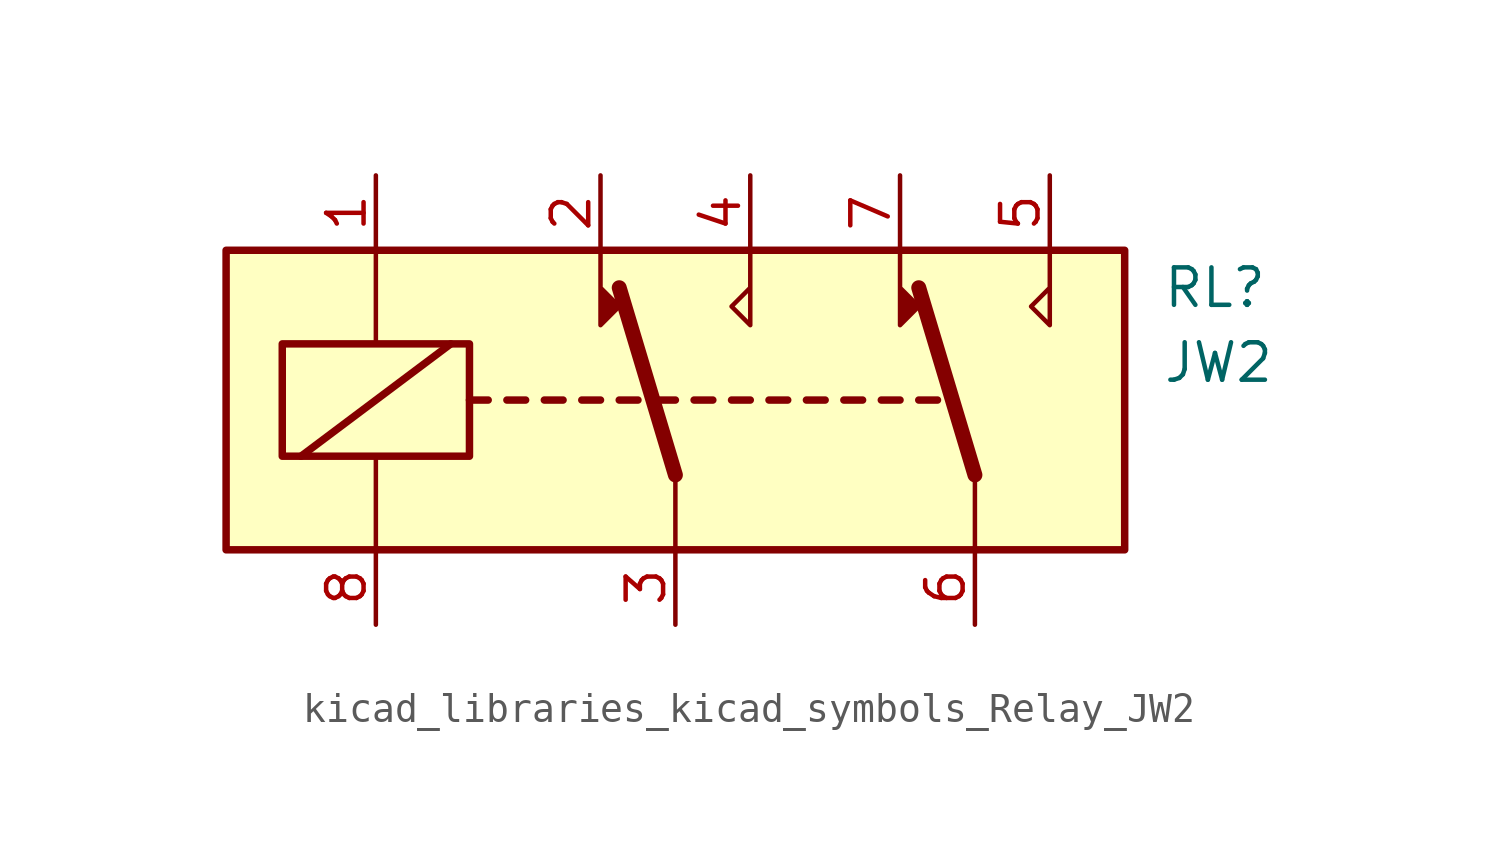
<source format=kicad_sym>
(kicad_symbol_lib
  (version 20220914)
  (generator kicad_symbol_editor)
  (symbol "kicad_libraries_kicad_symbols_Relay_JW2"
    (property "Reference" "RL"
      (at 16.51 3.81 0)
      (effects (font (size 1.27 1.27)) (justify left)))
    (property "Value" "JW2"
      (at 16.51 1.27 0)
      (effects (font (size 1.27 1.27)) (justify left)))
    (symbol "kicad_libraries_kicad_symbols_Relay_JW2_0_1"
      (rectangle (start -15.24 5.08) (end 15.24 -5.08) (stroke (width 0.254) (type default)) (fill (type background)))
      (rectangle (start -13.335 1.905) (end -6.985 -1.905) (stroke (width 0.254) (type default)) (fill (type none)))
      (polyline (pts (xy -12.7 -1.905) (xy -7.62 1.905)) (stroke (width 0.254) (type default)) (fill (type none)))
      (polyline (pts (xy -10.16 -5.08) (xy -10.16 -1.905)) (stroke (width 0) (type default)) (fill (type none)))
      (polyline (pts (xy -10.16 5.08) (xy -10.16 1.905)) (stroke (width 0) (type default)) (fill (type none)))
      (polyline (pts (xy -6.985 0) (xy -6.35 0)) (stroke (width 0.254) (type default)) (fill (type none)))
      (polyline (pts (xy -5.715 0) (xy -5.08 0)) (stroke (width 0.254) (type default)) (fill (type none)))
      (polyline (pts (xy -4.445 0) (xy -3.81 0)) (stroke (width 0.254) (type default)) (fill (type none)))
      (polyline (pts (xy -3.175 0) (xy -2.54 0)) (stroke (width 0.254) (type default)) (fill (type none)))
      (polyline (pts (xy -1.905 0) (xy -1.27 0)) (stroke (width 0.254) (type default)) (fill (type none)))
      (polyline (pts (xy -0.635 0) (xy 0 0)) (stroke (width 0.254) (type default)) (fill (type none)))
      (polyline (pts (xy 0 -2.54) (xy -1.905 3.81)) (stroke (width 0.508) (type default)) (fill (type none)))
      (polyline (pts (xy 0 -2.54) (xy 0 -5.08)) (stroke (width 0) (type default)) (fill (type none)))
      (polyline (pts (xy 0.635 0) (xy 1.27 0)) (stroke (width 0.254) (type default)) (fill (type none)))
      (polyline (pts (xy 1.905 0) (xy 2.54 0)) (stroke (width 0.254) (type default)) (fill (type none)))
      (polyline (pts (xy 3.175 0) (xy 3.81 0)) (stroke (width 0.254) (type default)) (fill (type none)))
      (polyline (pts (xy 4.445 0) (xy 5.08 0)) (stroke (width 0.254) (type default)) (fill (type none)))
      (polyline (pts (xy 5.715 0) (xy 6.35 0)) (stroke (width 0.254) (type default)) (fill (type none)))
      (polyline (pts (xy 6.985 0) (xy 7.62 0)) (stroke (width 0.254) (type default)) (fill (type none)))
      (polyline (pts (xy 8.255 0) (xy 8.89 0)) (stroke (width 0.254) (type default)) (fill (type none)))
      (polyline (pts (xy 10.16 -2.54) (xy 8.255 3.81)) (stroke (width 0.508) (type default)) (fill (type none)))
      (polyline (pts (xy 10.16 -2.54) (xy 10.16 -5.08)) (stroke (width 0) (type default)) (fill (type none)))
      (polyline (pts (xy -2.54 5.08) (xy -2.54 2.54) (xy -1.905 3.175) (xy -2.54 3.81)) (stroke (width 0) (type default)) (fill (type outline)))
      (polyline (pts (xy 2.54 5.08) (xy 2.54 2.54) (xy 1.905 3.175) (xy 2.54 3.81)) (stroke (width 0) (type default)) (fill (type none)))
      (polyline (pts (xy 7.62 5.08) (xy 7.62 2.54) (xy 8.255 3.175) (xy 7.62 3.81)) (stroke (width 0) (type default)) (fill (type outline)))
      (polyline (pts (xy 12.7 5.08) (xy 12.7 2.54) (xy 12.065 3.175) (xy 12.7 3.81)) (stroke (width 0) (type default)) (fill (type none))))
    (symbol "kicad_libraries_kicad_symbols_Relay_JW2_1_1"
      (pin passive line (at -10.16 7.62 270) (length 2.54) (name "~" (effects (font (size 1.27 1.27)))) (number "1" (effects (font (size 1.27 1.27)))))
      (pin passive line (at -2.54 7.62 270) (length 2.54) (name "~" (effects (font (size 1.27 1.27)))) (number "2" (effects (font (size 1.27 1.27)))))
      (pin passive line (at 0 -7.62 90) (length 2.54) (name "~" (effects (font (size 1.27 1.27)))) (number "3" (effects (font (size 1.27 1.27)))))
      (pin passive line (at 2.54 7.62 270) (length 2.54) (name "~" (effects (font (size 1.27 1.27)))) (number "4" (effects (font (size 1.27 1.27)))))
      (pin passive line (at 12.7 7.62 270) (length 2.54) (name "~" (effects (font (size 1.27 1.27)))) (number "5" (effects (font (size 1.27 1.27)))))
      (pin passive line (at 10.16 -7.62 90) (length 2.54) (name "~" (effects (font (size 1.27 1.27)))) (number "6" (effects (font (size 1.27 1.27)))))
      (pin passive line (at 7.62 7.62 270) (length 2.54) (name "~" (effects (font (size 1.27 1.27)))) (number "7" (effects (font (size 1.27 1.27)))))
      (pin passive line (at -10.16 -7.62 90) (length 2.54) (name "~" (effects (font (size 1.27 1.27)))) (number "8" (effects (font (size 1.27 1.27))))))))
</source>
